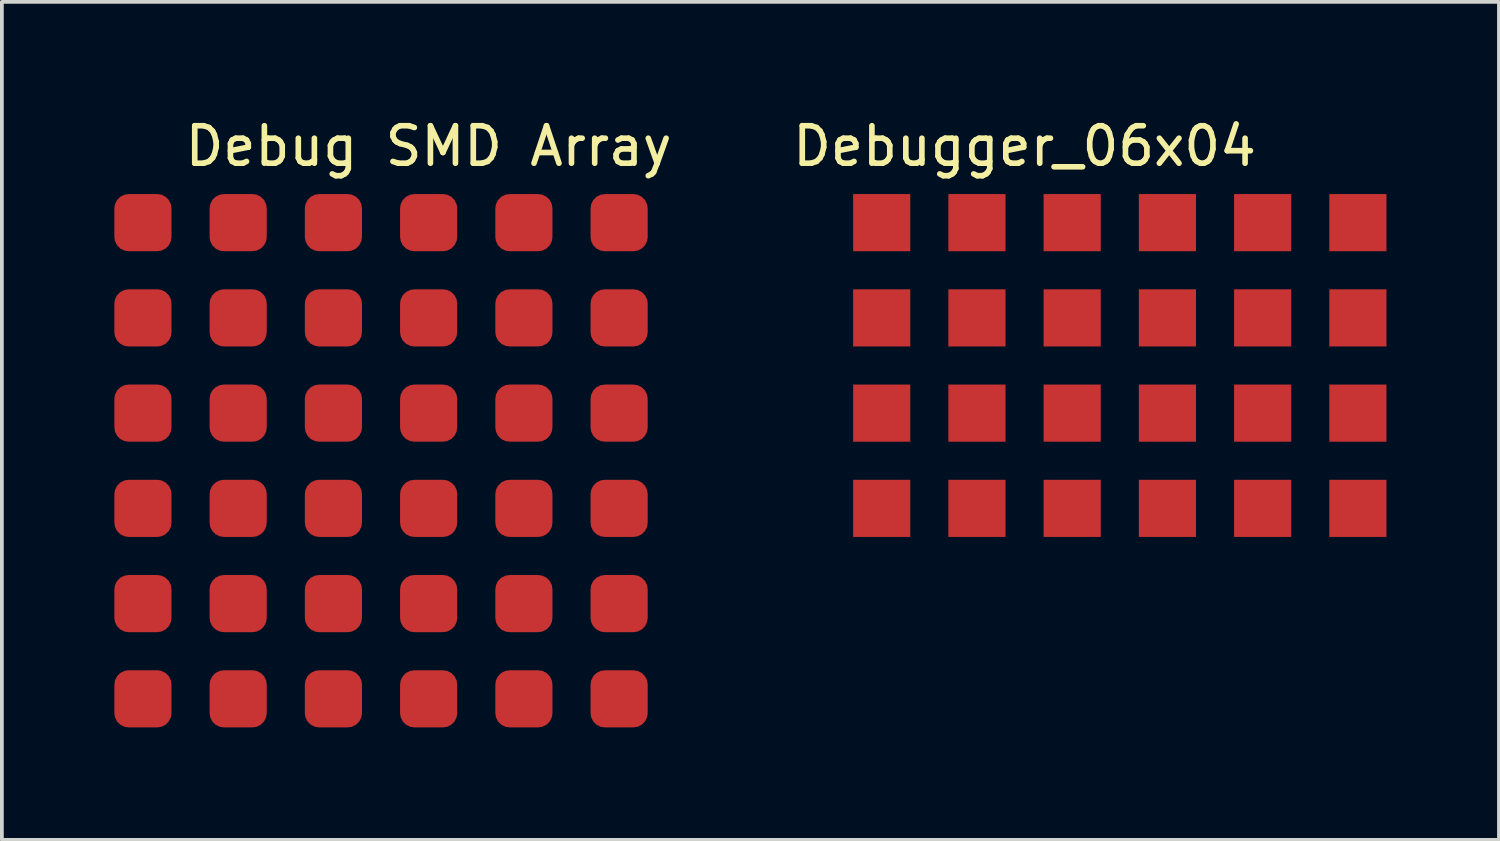
<source format=kicad_pcb>
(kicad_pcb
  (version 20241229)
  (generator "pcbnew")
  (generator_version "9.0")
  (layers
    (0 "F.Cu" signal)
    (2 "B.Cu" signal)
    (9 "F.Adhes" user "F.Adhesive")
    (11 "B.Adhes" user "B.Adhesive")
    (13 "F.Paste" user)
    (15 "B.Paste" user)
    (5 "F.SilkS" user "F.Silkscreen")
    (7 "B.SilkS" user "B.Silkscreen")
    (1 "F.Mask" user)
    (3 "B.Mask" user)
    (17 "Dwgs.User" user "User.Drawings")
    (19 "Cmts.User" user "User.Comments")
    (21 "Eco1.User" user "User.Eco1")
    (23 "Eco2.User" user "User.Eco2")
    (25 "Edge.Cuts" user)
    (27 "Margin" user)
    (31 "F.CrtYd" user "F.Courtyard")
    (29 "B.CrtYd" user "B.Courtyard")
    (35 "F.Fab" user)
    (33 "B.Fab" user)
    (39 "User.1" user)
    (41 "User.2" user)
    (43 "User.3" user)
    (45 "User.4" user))
  (footprint "Debug SMD Array"
    (layer "F.Cu")
    (at 8.382 0.348)
    (property "Reference" "Debug SMD Array" (at 0 0.5 0) (layer "F.SilkS") (effects (font (size 1 1) (thickness 0.15))))
    (attr through_hole)
    (pad "1" smd roundrect (at -7.62 2.54) (size 1.524 1.524) (layers "F.Cu" "F.Mask" "F.Paste") (roundrect_rratio 0.25))
    (pad "1" smd roundrect (at -7.62 5.08) (size 1.524 1.524) (layers "F.Cu" "F.Mask" "F.Paste") (roundrect_rratio 0.25))
    (pad "1" smd roundrect (at -7.62 7.62) (size 1.524 1.524) (layers "F.Cu" "F.Mask" "F.Paste") (roundrect_rratio 0.25))
    (pad "1" smd roundrect (at -7.62 10.16) (size 1.524 1.524) (layers "F.Cu" "F.Mask" "F.Paste") (roundrect_rratio 0.25))
    (pad "1" smd roundrect (at -7.62 12.7) (size 1.524 1.524) (layers "F.Cu" "F.Mask" "F.Paste") (roundrect_rratio 0.25))
    (pad "1" smd roundrect (at -7.62 15.24) (size 1.524 1.524) (layers "F.Cu" "F.Mask" "F.Paste") (roundrect_rratio 0.25))
    (pad "2" smd roundrect (at -5.08 2.54) (size 1.524 1.524) (layers "F.Cu" "F.Mask" "F.Paste") (roundrect_rratio 0.25))
    (pad "2" smd roundrect (at -5.08 5.08) (size 1.524 1.524) (layers "F.Cu" "F.Mask" "F.Paste") (roundrect_rratio 0.25))
    (pad "2" smd roundrect (at -5.08 7.62) (size 1.524 1.524) (layers "F.Cu" "F.Mask" "F.Paste") (roundrect_rratio 0.25))
    (pad "2" smd roundrect (at -5.08 10.16) (size 1.524 1.524) (layers "F.Cu" "F.Mask" "F.Paste") (roundrect_rratio 0.25))
    (pad "2" smd roundrect (at -5.08 12.7) (size 1.524 1.524) (layers "F.Cu" "F.Mask" "F.Paste") (roundrect_rratio 0.25))
    (pad "2" smd roundrect (at -5.08 15.24) (size 1.524 1.524) (layers "F.Cu" "F.Mask" "F.Paste") (roundrect_rratio 0.25))
    (pad "3" smd roundrect (at -2.54 2.54) (size 1.524 1.524) (layers "F.Cu" "F.Mask" "F.Paste") (roundrect_rratio 0.25))
    (pad "3" smd roundrect (at -2.54 5.08) (size 1.524 1.524) (layers "F.Cu" "F.Mask" "F.Paste") (roundrect_rratio 0.25))
    (pad "3" smd roundrect (at -2.54 7.62) (size 1.524 1.524) (layers "F.Cu" "F.Mask" "F.Paste") (roundrect_rratio 0.25))
    (pad "3" smd roundrect (at -2.54 10.16) (size 1.524 1.524) (layers "F.Cu" "F.Mask" "F.Paste") (roundrect_rratio 0.25))
    (pad "3" smd roundrect (at -2.54 12.7) (size 1.524 1.524) (layers "F.Cu" "F.Mask" "F.Paste") (roundrect_rratio 0.25))
    (pad "3" smd roundrect (at -2.54 15.24) (size 1.524 1.524) (layers "F.Cu" "F.Mask" "F.Paste") (roundrect_rratio 0.25))
    (pad "4" smd roundrect (at 0 2.54) (size 1.524 1.524) (layers "F.Cu" "F.Mask" "F.Paste") (roundrect_rratio 0.25))
    (pad "4" smd roundrect (at 0 5.08) (size 1.524 1.524) (layers "F.Cu" "F.Mask" "F.Paste") (roundrect_rratio 0.25))
    (pad "4" smd roundrect (at 0 7.62) (size 1.524 1.524) (layers "F.Cu" "F.Mask" "F.Paste") (roundrect_rratio 0.25))
    (pad "4" smd roundrect (at 0 10.16) (size 1.524 1.524) (layers "F.Cu" "F.Mask" "F.Paste") (roundrect_rratio 0.25))
    (pad "4" smd roundrect (at 0 12.7) (size 1.524 1.524) (layers "F.Cu" "F.Mask" "F.Paste") (roundrect_rratio 0.25))
    (pad "4" smd roundrect (at 0 15.24) (size 1.524 1.524) (layers "F.Cu" "F.Mask" "F.Paste") (roundrect_rratio 0.25))
    (pad "5" smd roundrect (at 2.54 2.54) (size 1.524 1.524) (layers "F.Cu" "F.Mask" "F.Paste") (roundrect_rratio 0.25))
    (pad "5" smd roundrect (at 2.54 5.08) (size 1.524 1.524) (layers "F.Cu" "F.Mask" "F.Paste") (roundrect_rratio 0.25))
    (pad "5" smd roundrect (at 2.54 7.62) (size 1.524 1.524) (layers "F.Cu" "F.Mask" "F.Paste") (roundrect_rratio 0.25))
    (pad "5" smd roundrect (at 2.54 10.16) (size 1.524 1.524) (layers "F.Cu" "F.Mask" "F.Paste") (roundrect_rratio 0.25))
    (pad "5" smd roundrect (at 2.54 12.7) (size 1.524 1.524) (layers "F.Cu" "F.Mask" "F.Paste") (roundrect_rratio 0.25))
    (pad "5" smd roundrect (at 2.54 15.24) (size 1.524 1.524) (layers "F.Cu" "F.Mask" "F.Paste") (roundrect_rratio 0.25))
    (pad "6" smd roundrect (at 5.08 2.54) (size 1.524 1.524) (layers "F.Cu" "F.Mask" "F.Paste") (roundrect_rratio 0.25))
    (pad "6" smd roundrect (at 5.08 5.08) (size 1.524 1.524) (layers "F.Cu" "F.Mask" "F.Paste") (roundrect_rratio 0.25))
    (pad "6" smd roundrect (at 5.08 7.62) (size 1.524 1.524) (layers "F.Cu" "F.Mask" "F.Paste") (roundrect_rratio 0.25))
    (pad "6" smd roundrect (at 5.08 10.16) (size 1.524 1.524) (layers "F.Cu" "F.Mask" "F.Paste") (roundrect_rratio 0.25))
    (pad "6" smd roundrect (at 5.08 12.7) (size 1.524 1.524) (layers "F.Cu" "F.Mask" "F.Paste") (roundrect_rratio 0.25))
    (pad "6" smd roundrect (at 5.08 15.24) (size 1.524 1.524) (layers "F.Cu" "F.Mask" "F.Paste") (roundrect_rratio 0.25)))
  (footprint "Debugger_06x04"
    (layer "F.Cu")
    (at 24.275 0.348)
    (property "Reference" "Debugger_06x04" (at 0 0.5 0) (layer "F.SilkS") (effects (font (size 1 1) (thickness 0.15))))
    (attr through_hole)
    (pad "" smd rect (at -1.27 2.54) (size 1.524 1.524) (layers "F.Cu" "F.Mask" "F.Paste"))
    (pad "" smd rect (at -1.27 5.08) (size 1.524 1.524) (layers "F.Cu" "F.Mask" "F.Paste"))
    (pad "" smd rect (at -1.27 7.62) (size 1.524 1.524) (layers "F.Cu" "F.Mask" "F.Paste"))
    (pad "" smd rect (at -1.27 10.16) (size 1.524 1.524) (layers "F.Cu" "F.Mask" "F.Paste"))
    (pad "" smd rect (at 1.27 2.54) (size 1.524 1.524) (layers "F.Cu" "F.Mask" "F.Paste"))
    (pad "" smd rect (at 1.27 5.08) (size 1.524 1.524) (layers "F.Cu" "F.Mask" "F.Paste"))
    (pad "" smd rect (at 1.27 7.62) (size 1.524 1.524) (layers "F.Cu" "F.Mask" "F.Paste"))
    (pad "" smd rect (at 1.27 10.16) (size 1.524 1.524) (layers "F.Cu" "F.Mask" "F.Paste"))
    (pad "" smd rect (at 3.81 2.54) (size 1.524 1.524) (layers "F.Cu" "F.Mask" "F.Paste"))
    (pad "" smd rect (at 3.81 5.08) (size 1.524 1.524) (layers "F.Cu" "F.Mask" "F.Paste"))
    (pad "" smd rect (at 3.81 7.62) (size 1.524 1.524) (layers "F.Cu" "F.Mask" "F.Paste"))
    (pad "" smd rect (at 3.81 10.16) (size 1.524 1.524) (layers "F.Cu" "F.Mask" "F.Paste"))
    (pad "" smd rect (at 6.35 2.54) (size 1.524 1.524) (layers "F.Cu" "F.Mask" "F.Paste"))
    (pad "" smd rect (at 6.35 5.08) (size 1.524 1.524) (layers "F.Cu" "F.Mask" "F.Paste"))
    (pad "" smd rect (at 6.35 7.62) (size 1.524 1.524) (layers "F.Cu" "F.Mask" "F.Paste"))
    (pad "" smd rect (at 6.35 10.16) (size 1.524 1.524) (layers "F.Cu" "F.Mask" "F.Paste"))
    (pad "1" smd rect (at -3.81 2.54) (size 1.524 1.524) (layers "F.Cu" "F.Mask" "F.Paste"))
    (pad "1" smd rect (at -3.81 5.08) (size 1.524 1.524) (layers "F.Cu" "F.Mask" "F.Paste"))
    (pad "1" smd rect (at -3.81 7.62) (size 1.524 1.524) (layers "F.Cu" "F.Mask" "F.Paste"))
    (pad "1" smd rect (at -3.81 10.16) (size 1.524 1.524) (layers "F.Cu" "F.Mask" "F.Paste"))
    (pad "2" smd rect (at 8.89 2.54) (size 1.524 1.524) (layers "F.Cu" "F.Mask" "F.Paste"))
    (pad "2" smd rect (at 8.89 5.08) (size 1.524 1.524) (layers "F.Cu" "F.Mask" "F.Paste"))
    (pad "2" smd rect (at 8.89 7.62) (size 1.524 1.524) (layers "F.Cu" "F.Mask" "F.Paste"))
    (pad "2" smd rect (at 8.89 10.16) (size 1.524 1.524) (layers "F.Cu" "F.Mask" "F.Paste")))
  (gr_rect
    (start -3 -3)
    (end 36.927 19.35)
    (stroke (width 0.1) (type default))
    (fill no)
    (layer "Edge.Cuts")))
</source>
